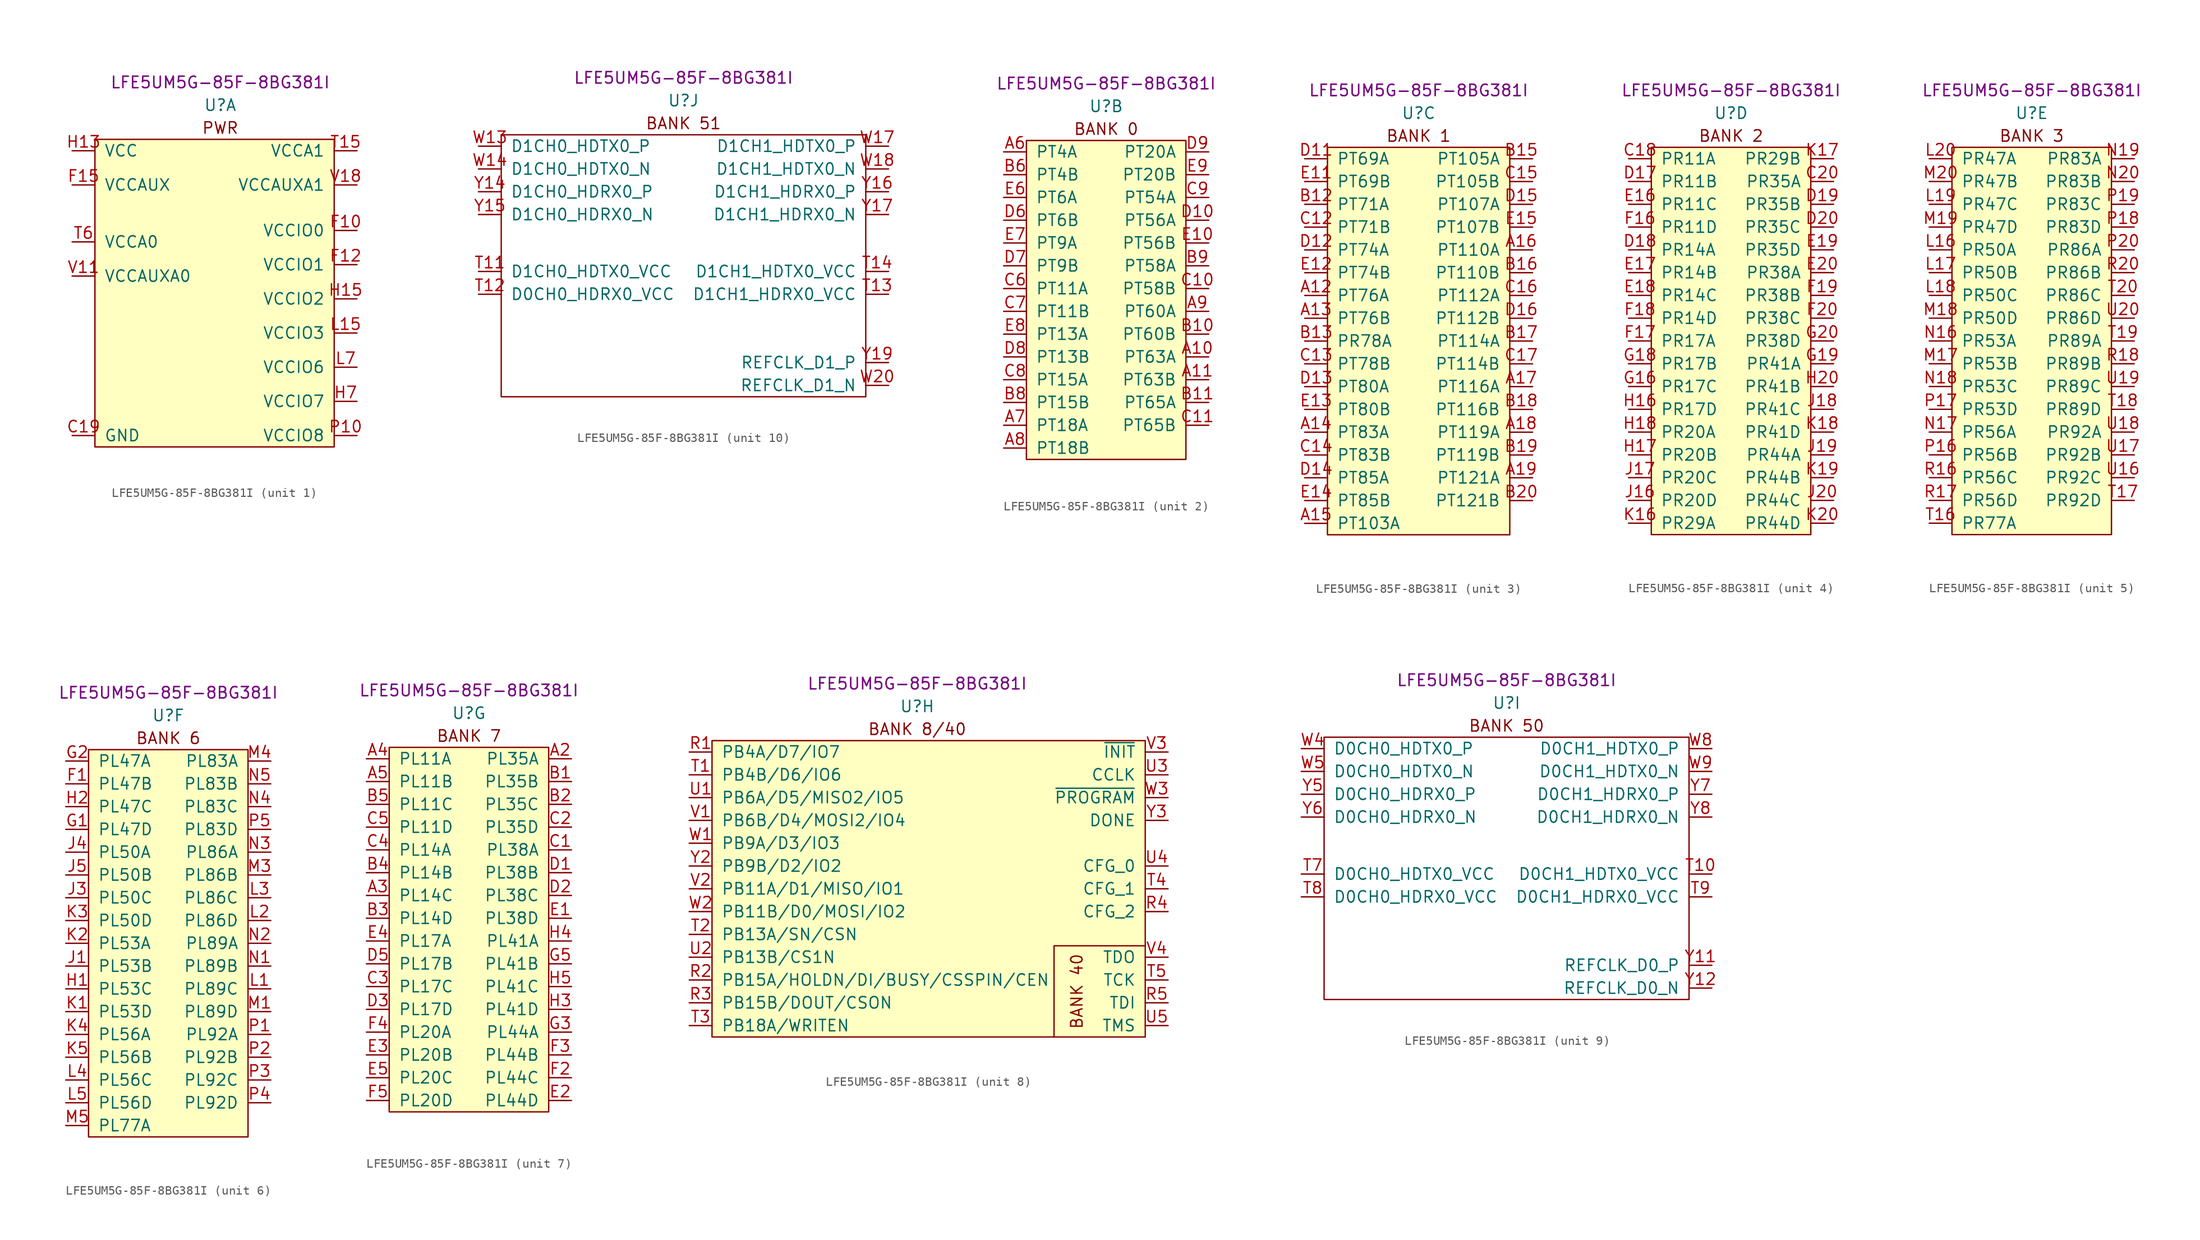
<source format=kicad_sym>
(kicad_symbol_lib
  (version 20201005)
  (generator kicad_symbol_editor)
  (symbol "lethalbit:LFE5UM5G-85F-8BG381I"
    (pin_names
      (offset 1.016))
    (property "Reference" "U"
      (at 0 6.35 0)
      (effects (font (size 1.27 1.27))))
    (property "Value" "LFE5UM5G-85F-8BG381I"
      (at 0 8.89 0)
      (effects (font (size 1.27 1.27))))
    (property "MPN" "LFE5UM5G-85F-8BG381I"
      (at 0 8.89 0)
      (effects (font (size 1.27 1.27))))
    (property "ki_locked" ""
      (at 0 0 0)
      (effects (font (size 1.27 1.27))))
    (symbol "LFE5UM5G-85F-8BG381I_1_0"
      (text "PWR" (at 0 3.81 0) (effects (font (size 1.27 1.27)))))
    (symbol "LFE5UM5G-85F-8BG381I_1_1"
      (rectangle (start -13.97 2.54) (end 12.7 -31.75) (stroke (width 0)) (fill (type background)))
      (pin passive line (at -16.51 -30.48 0) (length 2.54) hide (name "GND" (effects (font (size 1.27 1.27)))) (number "B14" (effects (font (size 1.27 1.27)))))
      (pin passive line (at -16.51 -30.48 0) (length 2.54) hide (name "GND" (effects (font (size 1.27 1.27)))) (number "B7" (effects (font (size 1.27 1.27)))))
      (pin passive line (at -16.51 -30.48 0) (length 2.54) (name "GND" (effects (font (size 1.27 1.27)))) (number "C19" (effects (font (size 1.27 1.27)))))
      (pin passive line (at -16.51 -30.48 0) (length 2.54) hide (name "GND" (effects (font (size 1.27 1.27)))) (number "D4" (effects (font (size 1.27 1.27)))))
      (pin power_in line (at 15.24 -7.62 180) (length 2.54) (name "VCCIO0" (effects (font (size 1.27 1.27)))) (number "F10" (effects (font (size 1.27 1.27)))))
      (pin passive line (at 15.24 -11.43 180) (length 2.54) hide (name "VCCIO1" (effects (font (size 1.27 1.27)))) (number "F11" (effects (font (size 1.27 1.27)))))
      (pin power_in line (at 15.24 -11.43 180) (length 2.54) (name "VCCIO1" (effects (font (size 1.27 1.27)))) (number "F12" (effects (font (size 1.27 1.27)))))
      (pin passive line (at -16.51 -30.48 0) (length 2.54) hide (name "GND" (effects (font (size 1.27 1.27)))) (number "F13" (effects (font (size 1.27 1.27)))))
      (pin passive line (at -16.51 -30.48 0) (length 2.54) hide (name "GND" (effects (font (size 1.27 1.27)))) (number "F14" (effects (font (size 1.27 1.27)))))
      (pin power_in line (at -16.51 -2.54 0) (length 2.54) (name "VCCAUX" (effects (font (size 1.27 1.27)))) (number "F15" (effects (font (size 1.27 1.27)))))
      (pin passive line (at -16.51 -2.54 0) (length 2.54) hide (name "VCCAUX" (effects (font (size 1.27 1.27)))) (number "F6" (effects (font (size 1.27 1.27)))))
      (pin passive line (at -16.51 -30.48 0) (length 2.54) hide (name "GND" (effects (font (size 1.27 1.27)))) (number "F7" (effects (font (size 1.27 1.27)))))
      (pin passive line (at -16.51 -30.48 0) (length 2.54) hide (name "GND" (effects (font (size 1.27 1.27)))) (number "F8" (effects (font (size 1.27 1.27)))))
      (pin passive line (at 15.24 -7.62 180) (length 2.54) hide (name "VCCIO0" (effects (font (size 1.27 1.27)))) (number "F9" (effects (font (size 1.27 1.27)))))
      (pin passive line (at -16.51 -30.48 0) (length 2.54) hide (name "GND" (effects (font (size 1.27 1.27)))) (number "G10" (effects (font (size 1.27 1.27)))))
      (pin passive line (at -16.51 -30.48 0) (length 2.54) hide (name "GND" (effects (font (size 1.27 1.27)))) (number "G11" (effects (font (size 1.27 1.27)))))
      (pin passive line (at -16.51 -30.48 0) (length 2.54) hide (name "GND" (effects (font (size 1.27 1.27)))) (number "G12" (effects (font (size 1.27 1.27)))))
      (pin passive line (at -16.51 -30.48 0) (length 2.54) hide (name "GND" (effects (font (size 1.27 1.27)))) (number "G13" (effects (font (size 1.27 1.27)))))
      (pin passive line (at -16.51 -30.48 0) (length 2.54) hide (name "GND" (effects (font (size 1.27 1.27)))) (number "G14" (effects (font (size 1.27 1.27)))))
      (pin passive line (at -16.51 -30.48 0) (length 2.54) hide (name "GND" (effects (font (size 1.27 1.27)))) (number "G15" (effects (font (size 1.27 1.27)))))
      (pin passive line (at -16.51 -30.48 0) (length 2.54) hide (name "GND" (effects (font (size 1.27 1.27)))) (number "G17" (effects (font (size 1.27 1.27)))))
      (pin passive line (at -16.51 -30.48 0) (length 2.54) hide (name "GND" (effects (font (size 1.27 1.27)))) (number "G4" (effects (font (size 1.27 1.27)))))
      (pin passive line (at -16.51 -30.48 0) (length 2.54) hide (name "GND" (effects (font (size 1.27 1.27)))) (number "G6" (effects (font (size 1.27 1.27)))))
      (pin passive line (at -16.51 -30.48 0) (length 2.54) hide (name "GND" (effects (font (size 1.27 1.27)))) (number "G7" (effects (font (size 1.27 1.27)))))
      (pin passive line (at -16.51 -30.48 0) (length 2.54) hide (name "GND" (effects (font (size 1.27 1.27)))) (number "G8" (effects (font (size 1.27 1.27)))))
      (pin passive line (at -16.51 -30.48 0) (length 2.54) hide (name "GND" (effects (font (size 1.27 1.27)))) (number "G9" (effects (font (size 1.27 1.27)))))
      (pin passive line (at -16.51 1.27 0) (length 2.54) hide (name "VCC" (effects (font (size 1.27 1.27)))) (number "H10" (effects (font (size 1.27 1.27)))))
      (pin passive line (at -16.51 1.27 0) (length 2.54) hide (name "VCC" (effects (font (size 1.27 1.27)))) (number "H11" (effects (font (size 1.27 1.27)))))
      (pin passive line (at -16.51 1.27 0) (length 2.54) hide (name "VCC" (effects (font (size 1.27 1.27)))) (number "H12" (effects (font (size 1.27 1.27)))))
      (pin power_in line (at -16.51 1.27 0) (length 2.54) (name "VCC" (effects (font (size 1.27 1.27)))) (number "H13" (effects (font (size 1.27 1.27)))))
      (pin passive line (at 15.24 -15.24 180) (length 2.54) hide (name "VCCIO2" (effects (font (size 1.27 1.27)))) (number "H14" (effects (font (size 1.27 1.27)))))
      (pin power_in line (at 15.24 -15.24 180) (length 2.54) (name "VCCIO2" (effects (font (size 1.27 1.27)))) (number "H15" (effects (font (size 1.27 1.27)))))
      (pin passive line (at -16.51 -30.48 0) (length 2.54) hide (name "GND" (effects (font (size 1.27 1.27)))) (number "H19" (effects (font (size 1.27 1.27)))))
      (pin passive line (at 15.24 -26.67 180) (length 2.54) hide (name "VCCIO7" (effects (font (size 1.27 1.27)))) (number "H6" (effects (font (size 1.27 1.27)))))
      (pin power_in line (at 15.24 -26.67 180) (length 2.54) (name "VCCIO7" (effects (font (size 1.27 1.27)))) (number "H7" (effects (font (size 1.27 1.27)))))
      (pin passive line (at -16.51 1.27 0) (length 2.54) hide (name "VCC" (effects (font (size 1.27 1.27)))) (number "H8" (effects (font (size 1.27 1.27)))))
      (pin passive line (at -16.51 1.27 0) (length 2.54) hide (name "VCC" (effects (font (size 1.27 1.27)))) (number "H9" (effects (font (size 1.27 1.27)))))
      (pin passive line (at -16.51 -30.48 0) (length 2.54) hide (name "GND" (effects (font (size 1.27 1.27)))) (number "J10" (effects (font (size 1.27 1.27)))))
      (pin passive line (at -16.51 -30.48 0) (length 2.54) hide (name "GND" (effects (font (size 1.27 1.27)))) (number "J11" (effects (font (size 1.27 1.27)))))
      (pin passive line (at -16.51 -30.48 0) (length 2.54) hide (name "GND" (effects (font (size 1.27 1.27)))) (number "J12" (effects (font (size 1.27 1.27)))))
      (pin passive line (at -16.51 1.27 0) (length 2.54) hide (name "VCC" (effects (font (size 1.27 1.27)))) (number "J13" (effects (font (size 1.27 1.27)))))
      (pin passive line (at -16.51 -30.48 0) (length 2.54) hide (name "GND" (effects (font (size 1.27 1.27)))) (number "J14" (effects (font (size 1.27 1.27)))))
      (pin passive line (at 15.24 -15.24 180) (length 2.54) hide (name "VCCIO2" (effects (font (size 1.27 1.27)))) (number "J15" (effects (font (size 1.27 1.27)))))
      (pin passive line (at -16.51 -30.48 0) (length 2.54) hide (name "GND" (effects (font (size 1.27 1.27)))) (number "J2" (effects (font (size 1.27 1.27)))))
      (pin passive line (at 15.24 -26.67 180) (length 2.54) hide (name "VCCIO7" (effects (font (size 1.27 1.27)))) (number "J6" (effects (font (size 1.27 1.27)))))
      (pin passive line (at -16.51 -30.48 0) (length 2.54) hide (name "GND" (effects (font (size 1.27 1.27)))) (number "J7" (effects (font (size 1.27 1.27)))))
      (pin passive line (at -16.51 1.27 0) (length 2.54) hide (name "VCC" (effects (font (size 1.27 1.27)))) (number "J8" (effects (font (size 1.27 1.27)))))
      (pin passive line (at -16.51 -30.48 0) (length 2.54) hide (name "GND" (effects (font (size 1.27 1.27)))) (number "J9" (effects (font (size 1.27 1.27)))))
      (pin passive line (at -16.51 -30.48 0) (length 2.54) hide (name "GND" (effects (font (size 1.27 1.27)))) (number "K10" (effects (font (size 1.27 1.27)))))
      (pin passive line (at -16.51 -30.48 0) (length 2.54) hide (name "GND" (effects (font (size 1.27 1.27)))) (number "K11" (effects (font (size 1.27 1.27)))))
      (pin passive line (at -16.51 -30.48 0) (length 2.54) hide (name "GND" (effects (font (size 1.27 1.27)))) (number "K12" (effects (font (size 1.27 1.27)))))
      (pin passive line (at -16.51 1.27 0) (length 2.54) hide (name "VCC" (effects (font (size 1.27 1.27)))) (number "K13" (effects (font (size 1.27 1.27)))))
      (pin passive line (at -16.51 -30.48 0) (length 2.54) hide (name "GND" (effects (font (size 1.27 1.27)))) (number "K14" (effects (font (size 1.27 1.27)))))
      (pin passive line (at -16.51 -30.48 0) (length 2.54) hide (name "GND" (effects (font (size 1.27 1.27)))) (number "K15" (effects (font (size 1.27 1.27)))))
      (pin passive line (at -16.51 -30.48 0) (length 2.54) hide (name "GND" (effects (font (size 1.27 1.27)))) (number "K6" (effects (font (size 1.27 1.27)))))
      (pin passive line (at -16.51 -30.48 0) (length 2.54) hide (name "GND" (effects (font (size 1.27 1.27)))) (number "K7" (effects (font (size 1.27 1.27)))))
      (pin passive line (at -16.51 1.27 0) (length 2.54) hide (name "VCC" (effects (font (size 1.27 1.27)))) (number "K8" (effects (font (size 1.27 1.27)))))
      (pin passive line (at -16.51 -30.48 0) (length 2.54) hide (name "GND" (effects (font (size 1.27 1.27)))) (number "K9" (effects (font (size 1.27 1.27)))))
      (pin passive line (at -16.51 -30.48 0) (length 2.54) hide (name "GND" (effects (font (size 1.27 1.27)))) (number "L10" (effects (font (size 1.27 1.27)))))
      (pin passive line (at -16.51 -30.48 0) (length 2.54) hide (name "GND" (effects (font (size 1.27 1.27)))) (number "L11" (effects (font (size 1.27 1.27)))))
      (pin passive line (at -16.51 -30.48 0) (length 2.54) hide (name "GND" (effects (font (size 1.27 1.27)))) (number "L12" (effects (font (size 1.27 1.27)))))
      (pin passive line (at -16.51 1.27 0) (length 2.54) hide (name "VCC" (effects (font (size 1.27 1.27)))) (number "L13" (effects (font (size 1.27 1.27)))))
      (pin passive line (at 15.24 -19.05 180) (length 2.54) hide (name "VCCIO3" (effects (font (size 1.27 1.27)))) (number "L14" (effects (font (size 1.27 1.27)))))
      (pin power_in line (at 15.24 -19.05 180) (length 2.54) (name "VCCIO3" (effects (font (size 1.27 1.27)))) (number "L15" (effects (font (size 1.27 1.27)))))
      (pin passive line (at 15.24 -22.86 180) (length 2.54) hide (name "VCCIO6" (effects (font (size 1.27 1.27)))) (number "L6" (effects (font (size 1.27 1.27)))))
      (pin power_in line (at 15.24 -22.86 180) (length 2.54) (name "VCCIO6" (effects (font (size 1.27 1.27)))) (number "L7" (effects (font (size 1.27 1.27)))))
      (pin passive line (at -16.51 1.27 0) (length 2.54) hide (name "VCC" (effects (font (size 1.27 1.27)))) (number "L8" (effects (font (size 1.27 1.27)))))
      (pin passive line (at -16.51 -30.48 0) (length 2.54) hide (name "GND" (effects (font (size 1.27 1.27)))) (number "L9" (effects (font (size 1.27 1.27)))))
      (pin passive line (at -16.51 -30.48 0) (length 2.54) hide (name "GND" (effects (font (size 1.27 1.27)))) (number "M10" (effects (font (size 1.27 1.27)))))
      (pin passive line (at -16.51 -30.48 0) (length 2.54) hide (name "GND" (effects (font (size 1.27 1.27)))) (number "M11" (effects (font (size 1.27 1.27)))))
      (pin passive line (at -16.51 -30.48 0) (length 2.54) hide (name "GND" (effects (font (size 1.27 1.27)))) (number "M12" (effects (font (size 1.27 1.27)))))
      (pin passive line (at -16.51 1.27 0) (length 2.54) hide (name "VCC" (effects (font (size 1.27 1.27)))) (number "M13" (effects (font (size 1.27 1.27)))))
      (pin passive line (at -16.51 -30.48 0) (length 2.54) hide (name "GND" (effects (font (size 1.27 1.27)))) (number "M14" (effects (font (size 1.27 1.27)))))
      (pin passive line (at 15.24 -19.05 180) (length 2.54) hide (name "VCCIO3" (effects (font (size 1.27 1.27)))) (number "M15" (effects (font (size 1.27 1.27)))))
      (pin passive line (at -16.51 -30.48 0) (length 2.54) hide (name "GND" (effects (font (size 1.27 1.27)))) (number "M16" (effects (font (size 1.27 1.27)))))
      (pin passive line (at -16.51 -30.48 0) (length 2.54) hide (name "GND" (effects (font (size 1.27 1.27)))) (number "M2" (effects (font (size 1.27 1.27)))))
      (pin passive line (at 15.24 -22.86 180) (length 2.54) hide (name "VCCIO6" (effects (font (size 1.27 1.27)))) (number "M6" (effects (font (size 1.27 1.27)))))
      (pin passive line (at -16.51 -30.48 0) (length 2.54) hide (name "GND" (effects (font (size 1.27 1.27)))) (number "M7" (effects (font (size 1.27 1.27)))))
      (pin passive line (at -16.51 1.27 0) (length 2.54) hide (name "VCC" (effects (font (size 1.27 1.27)))) (number "M8" (effects (font (size 1.27 1.27)))))
      (pin passive line (at -16.51 -30.48 0) (length 2.54) hide (name "GND" (effects (font (size 1.27 1.27)))) (number "M9" (effects (font (size 1.27 1.27)))))
      (pin passive line (at -16.51 1.27 0) (length 2.54) hide (name "VCC" (effects (font (size 1.27 1.27)))) (number "N10" (effects (font (size 1.27 1.27)))))
      (pin passive line (at -16.51 1.27 0) (length 2.54) hide (name "VCC" (effects (font (size 1.27 1.27)))) (number "N11" (effects (font (size 1.27 1.27)))))
      (pin passive line (at -16.51 1.27 0) (length 2.54) hide (name "VCC" (effects (font (size 1.27 1.27)))) (number "N12" (effects (font (size 1.27 1.27)))))
      (pin passive line (at -16.51 1.27 0) (length 2.54) hide (name "VCC" (effects (font (size 1.27 1.27)))) (number "N13" (effects (font (size 1.27 1.27)))))
      (pin passive line (at -16.51 -30.48 0) (length 2.54) hide (name "GND" (effects (font (size 1.27 1.27)))) (number "N14" (effects (font (size 1.27 1.27)))))
      (pin passive line (at -16.51 -30.48 0) (length 2.54) hide (name "GND" (effects (font (size 1.27 1.27)))) (number "N15" (effects (font (size 1.27 1.27)))))
      (pin passive line (at -16.51 -30.48 0) (length 2.54) hide (name "GND" (effects (font (size 1.27 1.27)))) (number "N6" (effects (font (size 1.27 1.27)))))
      (pin passive line (at -16.51 -30.48 0) (length 2.54) hide (name "GND" (effects (font (size 1.27 1.27)))) (number "N7" (effects (font (size 1.27 1.27)))))
      (pin passive line (at -16.51 1.27 0) (length 2.54) hide (name "VCC" (effects (font (size 1.27 1.27)))) (number "N8" (effects (font (size 1.27 1.27)))))
      (pin passive line (at -16.51 1.27 0) (length 2.54) hide (name "VCC" (effects (font (size 1.27 1.27)))) (number "N9" (effects (font (size 1.27 1.27)))))
      (pin power_in line (at 15.24 -30.48 180) (length 2.54) (name "VCCIO8" (effects (font (size 1.27 1.27)))) (number "P10" (effects (font (size 1.27 1.27)))))
      (pin passive line (at -16.51 -30.48 0) (length 2.54) hide (name "GND" (effects (font (size 1.27 1.27)))) (number "P11" (effects (font (size 1.27 1.27)))))
      (pin passive line (at -16.51 -30.48 0) (length 2.54) hide (name "GND" (effects (font (size 1.27 1.27)))) (number "P12" (effects (font (size 1.27 1.27)))))
      (pin passive line (at -16.51 -30.48 0) (length 2.54) hide (name "GND" (effects (font (size 1.27 1.27)))) (number "P13" (effects (font (size 1.27 1.27)))))
      (pin passive line (at -16.51 -30.48 0) (length 2.54) hide (name "GND" (effects (font (size 1.27 1.27)))) (number "P14" (effects (font (size 1.27 1.27)))))
      (pin passive line (at -16.51 -2.54 0) (length 2.54) hide (name "VCCAUX" (effects (font (size 1.27 1.27)))) (number "P15" (effects (font (size 1.27 1.27)))))
      (pin passive line (at -16.51 -2.54 0) (length 2.54) hide (name "VCCAUX" (effects (font (size 1.27 1.27)))) (number "P6" (effects (font (size 1.27 1.27)))))
      (pin passive line (at -16.51 -30.48 0) (length 2.54) hide (name "GND" (effects (font (size 1.27 1.27)))) (number "P7" (effects (font (size 1.27 1.27)))))
      (pin passive line (at -16.51 -30.48 0) (length 2.54) hide (name "GND" (effects (font (size 1.27 1.27)))) (number "P8" (effects (font (size 1.27 1.27)))))
      (pin passive line (at 15.24 -30.48 180) (length 2.54) hide (name "VCCIO8" (effects (font (size 1.27 1.27)))) (number "P9" (effects (font (size 1.27 1.27)))))
      (pin passive line (at -16.51 -30.48 0) (length 2.54) hide (name "GND" (effects (font (size 1.27 1.27)))) (number "R19" (effects (font (size 1.27 1.27)))))
      (pin power_in line (at 15.24 1.27 180) (length 2.54) (name "VCCA1" (effects (font (size 1.27 1.27)))) (number "T15" (effects (font (size 1.27 1.27)))))
      (pin power_in line (at -16.51 -8.89 0) (length 2.54) (name "VCCA0" (effects (font (size 1.27 1.27)))) (number "T6" (effects (font (size 1.27 1.27)))))
      (pin passive line (at -16.51 -30.48 0) (length 2.54) hide (name "GND" (effects (font (size 1.27 1.27)))) (number "U10" (effects (font (size 1.27 1.27)))))
      (pin passive line (at -16.51 -30.48 0) (length 2.54) hide (name "GND" (effects (font (size 1.27 1.27)))) (number "U11" (effects (font (size 1.27 1.27)))))
      (pin passive line (at -16.51 -30.48 0) (length 2.54) hide (name "GND" (effects (font (size 1.27 1.27)))) (number "U12" (effects (font (size 1.27 1.27)))))
      (pin passive line (at -16.51 -30.48 0) (length 2.54) hide (name "GND" (effects (font (size 1.27 1.27)))) (number "U13" (effects (font (size 1.27 1.27)))))
      (pin passive line (at -16.51 -30.48 0) (length 2.54) hide (name "GND" (effects (font (size 1.27 1.27)))) (number "U14" (effects (font (size 1.27 1.27)))))
      (pin passive line (at 15.24 1.27 180) (length 2.54) hide (name "VCCA1" (effects (font (size 1.27 1.27)))) (number "U15" (effects (font (size 1.27 1.27)))))
      (pin passive line (at -16.51 -8.89 0) (length 2.54) hide (name "VCCA0" (effects (font (size 1.27 1.27)))) (number "U6" (effects (font (size 1.27 1.27)))))
      (pin passive line (at -16.51 -30.48 0) (length 2.54) hide (name "GND" (effects (font (size 1.27 1.27)))) (number "U7" (effects (font (size 1.27 1.27)))))
      (pin passive line (at -16.51 -30.48 0) (length 2.54) hide (name "GND" (effects (font (size 1.27 1.27)))) (number "U8" (effects (font (size 1.27 1.27)))))
      (pin passive line (at -16.51 -30.48 0) (length 2.54) hide (name "GND" (effects (font (size 1.27 1.27)))) (number "U9" (effects (font (size 1.27 1.27)))))
      (pin passive line (at -16.51 -12.7 0) (length 2.54) hide (name "VCCAUXA0" (effects (font (size 1.27 1.27)))) (number "V10" (effects (font (size 1.27 1.27)))))
      (pin power_in line (at -16.51 -12.7 0) (length 2.54) (name "VCCAUXA0" (effects (font (size 1.27 1.27)))) (number "V11" (effects (font (size 1.27 1.27)))))
      (pin passive line (at -16.51 -30.48 0) (length 2.54) hide (name "GND" (effects (font (size 1.27 1.27)))) (number "V12" (effects (font (size 1.27 1.27)))))
      (pin passive line (at -16.51 -30.48 0) (length 2.54) hide (name "GND" (effects (font (size 1.27 1.27)))) (number "V13" (effects (font (size 1.27 1.27)))))
      (pin passive line (at -16.51 -30.48 0) (length 2.54) hide (name "GND" (effects (font (size 1.27 1.27)))) (number "V14" (effects (font (size 1.27 1.27)))))
      (pin passive line (at -16.51 -30.48 0) (length 2.54) hide (name "GND" (effects (font (size 1.27 1.27)))) (number "V15" (effects (font (size 1.27 1.27)))))
      (pin passive line (at -16.51 -30.48 0) (length 2.54) hide (name "GND" (effects (font (size 1.27 1.27)))) (number "V16" (effects (font (size 1.27 1.27)))))
      (pin passive line (at 15.24 -2.54 180) (length 2.54) hide (name "VCCAUXA1" (effects (font (size 1.27 1.27)))) (number "V17" (effects (font (size 1.27 1.27)))))
      (pin power_in line (at 15.24 -2.54 180) (length 2.54) (name "VCCAUXA1" (effects (font (size 1.27 1.27)))) (number "V18" (effects (font (size 1.27 1.27)))))
      (pin passive line (at -16.51 -30.48 0) (length 2.54) hide (name "GND" (effects (font (size 1.27 1.27)))) (number "V19" (effects (font (size 1.27 1.27)))))
      (pin passive line (at -16.51 -30.48 0) (length 2.54) hide (name "GND" (effects (font (size 1.27 1.27)))) (number "V20" (effects (font (size 1.27 1.27)))))
      (pin passive line (at -16.51 -30.48 0) (length 2.54) hide (name "GND" (effects (font (size 1.27 1.27)))) (number "V5" (effects (font (size 1.27 1.27)))))
      (pin passive line (at -16.51 -30.48 0) (length 2.54) hide (name "GND" (effects (font (size 1.27 1.27)))) (number "V6" (effects (font (size 1.27 1.27)))))
      (pin passive line (at -16.51 -30.48 0) (length 2.54) hide (name "GND" (effects (font (size 1.27 1.27)))) (number "V7" (effects (font (size 1.27 1.27)))))
      (pin passive line (at -16.51 -30.48 0) (length 2.54) hide (name "GND" (effects (font (size 1.27 1.27)))) (number "V8" (effects (font (size 1.27 1.27)))))
      (pin passive line (at -16.51 -30.48 0) (length 2.54) hide (name "GND" (effects (font (size 1.27 1.27)))) (number "V9" (effects (font (size 1.27 1.27)))))
      (pin no_connect non_logic (at -16.51 -22.86 0) (length 2.54) hide (name "RESERVED" (effects (font (size 1.27 1.27)))) (number "W10" (effects (font (size 1.27 1.27)))))
      (pin no_connect non_logic (at -16.51 -20.32 0) (length 2.54) hide (name "RESERVED" (effects (font (size 1.27 1.27)))) (number "W11" (effects (font (size 1.27 1.27)))))
      (pin passive line (at -16.51 -30.48 0) (length 2.54) hide (name "GND" (effects (font (size 1.27 1.27)))) (number "W12" (effects (font (size 1.27 1.27)))))
      (pin passive line (at -16.51 -30.48 0) (length 2.54) hide (name "GND" (effects (font (size 1.27 1.27)))) (number "W15" (effects (font (size 1.27 1.27)))))
      (pin passive line (at -16.51 -30.48 0) (length 2.54) hide (name "GND" (effects (font (size 1.27 1.27)))) (number "W16" (effects (font (size 1.27 1.27)))))
      (pin passive line (at -16.51 -30.48 0) (length 2.54) hide (name "GND" (effects (font (size 1.27 1.27)))) (number "W19" (effects (font (size 1.27 1.27)))))
      (pin passive line (at -16.51 -30.48 0) (length 2.54) hide (name "GND" (effects (font (size 1.27 1.27)))) (number "W6" (effects (font (size 1.27 1.27)))))
      (pin passive line (at -16.51 -30.48 0) (length 2.54) hide (name "GND" (effects (font (size 1.27 1.27)))) (number "W7" (effects (font (size 1.27 1.27))))))
    (symbol "LFE5UM5G-85F-8BG381I_2_0"
      (text "BANK 0" (at 0 3.81 0) (effects (font (size 1.27 1.27))))
      (rectangle (start -8.89 2.54) (end 8.89 -33.02) (stroke (width 0)) (fill (type background))))
    (symbol "LFE5UM5G-85F-8BG381I_2_1"
      (pin bidirectional line (at 11.43 -21.59 180) (length 2.54) (name "PT63A" (effects (font (size 1.27 1.27)))) (number "A10" (effects (font (size 1.27 1.27)))))
      (pin bidirectional line (at 11.43 -24.13 180) (length 2.54) (name "PT63B" (effects (font (size 1.27 1.27)))) (number "A11" (effects (font (size 1.27 1.27)))))
      (pin bidirectional line (at -11.43 1.27 0) (length 2.54) (name "PT4A" (effects (font (size 1.27 1.27)))) (number "A6" (effects (font (size 1.27 1.27)))))
      (pin bidirectional line (at -11.43 -29.21 0) (length 2.54) (name "PT18A" (effects (font (size 1.27 1.27)))) (number "A7" (effects (font (size 1.27 1.27)))))
      (pin bidirectional line (at -11.43 -31.75 0) (length 2.54) (name "PT18B" (effects (font (size 1.27 1.27)))) (number "A8" (effects (font (size 1.27 1.27)))))
      (pin bidirectional line (at 11.43 -16.51 180) (length 2.54) (name "PT60A" (effects (font (size 1.27 1.27)))) (number "A9" (effects (font (size 1.27 1.27)))))
      (pin bidirectional line (at 11.43 -19.05 180) (length 2.54) (name "PT60B" (effects (font (size 1.27 1.27)))) (number "B10" (effects (font (size 1.27 1.27)))))
      (pin bidirectional line (at 11.43 -26.67 180) (length 2.54) (name "PT65A" (effects (font (size 1.27 1.27)))) (number "B11" (effects (font (size 1.27 1.27)))))
      (pin bidirectional line (at -11.43 -1.27 0) (length 2.54) (name "PT4B" (effects (font (size 1.27 1.27)))) (number "B6" (effects (font (size 1.27 1.27)))))
      (pin bidirectional line (at -11.43 -26.67 0) (length 2.54) (name "PT15B" (effects (font (size 1.27 1.27)))) (number "B8" (effects (font (size 1.27 1.27)))))
      (pin bidirectional line (at 11.43 -11.43 180) (length 2.54) (name "PT58A" (effects (font (size 1.27 1.27)))) (number "B9" (effects (font (size 1.27 1.27)))))
      (pin bidirectional line (at 11.43 -13.97 180) (length 2.54) (name "PT58B" (effects (font (size 1.27 1.27)))) (number "C10" (effects (font (size 1.27 1.27)))))
      (pin bidirectional line (at 11.43 -29.21 180) (length 2.54) (name "PT65B" (effects (font (size 1.27 1.27)))) (number "C11" (effects (font (size 1.27 1.27)))))
      (pin bidirectional line (at -11.43 -13.97 0) (length 2.54) (name "PT11A" (effects (font (size 1.27 1.27)))) (number "C6" (effects (font (size 1.27 1.27)))))
      (pin bidirectional line (at -11.43 -16.51 0) (length 2.54) (name "PT11B" (effects (font (size 1.27 1.27)))) (number "C7" (effects (font (size 1.27 1.27)))))
      (pin bidirectional line (at -11.43 -24.13 0) (length 2.54) (name "PT15A" (effects (font (size 1.27 1.27)))) (number "C8" (effects (font (size 1.27 1.27)))))
      (pin bidirectional line (at 11.43 -3.81 180) (length 2.54) (name "PT54A" (effects (font (size 1.27 1.27)))) (number "C9" (effects (font (size 1.27 1.27)))))
      (pin bidirectional line (at 11.43 -6.35 180) (length 2.54) (name "PT56A" (effects (font (size 1.27 1.27)))) (number "D10" (effects (font (size 1.27 1.27)))))
      (pin bidirectional line (at -11.43 -6.35 0) (length 2.54) (name "PT6B" (effects (font (size 1.27 1.27)))) (number "D6" (effects (font (size 1.27 1.27)))))
      (pin bidirectional line (at -11.43 -11.43 0) (length 2.54) (name "PT9B" (effects (font (size 1.27 1.27)))) (number "D7" (effects (font (size 1.27 1.27)))))
      (pin bidirectional line (at -11.43 -21.59 0) (length 2.54) (name "PT13B" (effects (font (size 1.27 1.27)))) (number "D8" (effects (font (size 1.27 1.27)))))
      (pin bidirectional line (at 11.43 1.27 180) (length 2.54) (name "PT20A" (effects (font (size 1.27 1.27)))) (number "D9" (effects (font (size 1.27 1.27)))))
      (pin bidirectional line (at 11.43 -8.89 180) (length 2.54) (name "PT56B" (effects (font (size 1.27 1.27)))) (number "E10" (effects (font (size 1.27 1.27)))))
      (pin bidirectional line (at -11.43 -3.81 0) (length 2.54) (name "PT6A" (effects (font (size 1.27 1.27)))) (number "E6" (effects (font (size 1.27 1.27)))))
      (pin bidirectional line (at -11.43 -8.89 0) (length 2.54) (name "PT9A" (effects (font (size 1.27 1.27)))) (number "E7" (effects (font (size 1.27 1.27)))))
      (pin bidirectional line (at -11.43 -19.05 0) (length 2.54) (name "PT13A" (effects (font (size 1.27 1.27)))) (number "E8" (effects (font (size 1.27 1.27)))))
      (pin bidirectional line (at 11.43 -1.27 180) (length 2.54) (name "PT20B" (effects (font (size 1.27 1.27)))) (number "E9" (effects (font (size 1.27 1.27))))))
    (symbol "LFE5UM5G-85F-8BG381I_3_0"
      (text "BANK 1" (at 0 3.81 0) (effects (font (size 1.27 1.27))))
      (rectangle (start -10.16 2.54) (end 10.16 -40.64) (stroke (width 0)) (fill (type background))))
    (symbol "LFE5UM5G-85F-8BG381I_3_1"
      (pin bidirectional line (at -12.7 -13.97 0) (length 2.54) (name "PT76A" (effects (font (size 1.27 1.27)))) (number "A12" (effects (font (size 1.27 1.27)))))
      (pin bidirectional line (at -12.7 -16.51 0) (length 2.54) (name "PT76B" (effects (font (size 1.27 1.27)))) (number "A13" (effects (font (size 1.27 1.27)))))
      (pin bidirectional line (at -12.7 -29.21 0) (length 2.54) (name "PT83A" (effects (font (size 1.27 1.27)))) (number "A14" (effects (font (size 1.27 1.27)))))
      (pin bidirectional line (at -12.7 -39.37 0) (length 2.54) (name "PT103A" (effects (font (size 1.27 1.27)))) (number "A15" (effects (font (size 1.27 1.27)))))
      (pin bidirectional line (at 12.7 -8.89 180) (length 2.54) (name "PT110A" (effects (font (size 1.27 1.27)))) (number "A16" (effects (font (size 1.27 1.27)))))
      (pin bidirectional line (at 12.7 -24.13 180) (length 2.54) (name "PT116A" (effects (font (size 1.27 1.27)))) (number "A17" (effects (font (size 1.27 1.27)))))
      (pin bidirectional line (at 12.7 -29.21 180) (length 2.54) (name "PT119A" (effects (font (size 1.27 1.27)))) (number "A18" (effects (font (size 1.27 1.27)))))
      (pin bidirectional line (at 12.7 -34.29 180) (length 2.54) (name "PT121A" (effects (font (size 1.27 1.27)))) (number "A19" (effects (font (size 1.27 1.27)))))
      (pin bidirectional line (at -12.7 -3.81 0) (length 2.54) (name "PT71A" (effects (font (size 1.27 1.27)))) (number "B12" (effects (font (size 1.27 1.27)))))
      (pin bidirectional line (at -12.7 -19.05 0) (length 2.54) (name "PR78A" (effects (font (size 1.27 1.27)))) (number "B13" (effects (font (size 1.27 1.27)))))
      (pin bidirectional line (at 12.7 1.27 180) (length 2.54) (name "PT105A" (effects (font (size 1.27 1.27)))) (number "B15" (effects (font (size 1.27 1.27)))))
      (pin bidirectional line (at 12.7 -11.43 180) (length 2.54) (name "PT110B" (effects (font (size 1.27 1.27)))) (number "B16" (effects (font (size 1.27 1.27)))))
      (pin bidirectional line (at 12.7 -19.05 180) (length 2.54) (name "PT114A" (effects (font (size 1.27 1.27)))) (number "B17" (effects (font (size 1.27 1.27)))))
      (pin bidirectional line (at 12.7 -26.67 180) (length 2.54) (name "PT116B" (effects (font (size 1.27 1.27)))) (number "B18" (effects (font (size 1.27 1.27)))))
      (pin bidirectional line (at 12.7 -31.75 180) (length 2.54) (name "PT119B" (effects (font (size 1.27 1.27)))) (number "B19" (effects (font (size 1.27 1.27)))))
      (pin bidirectional line (at 12.7 -36.83 180) (length 2.54) (name "PT121B" (effects (font (size 1.27 1.27)))) (number "B20" (effects (font (size 1.27 1.27)))))
      (pin bidirectional line (at -12.7 -6.35 0) (length 2.54) (name "PT71B" (effects (font (size 1.27 1.27)))) (number "C12" (effects (font (size 1.27 1.27)))))
      (pin bidirectional line (at -12.7 -21.59 0) (length 2.54) (name "PT78B" (effects (font (size 1.27 1.27)))) (number "C13" (effects (font (size 1.27 1.27)))))
      (pin bidirectional line (at -12.7 -31.75 0) (length 2.54) (name "PT83B" (effects (font (size 1.27 1.27)))) (number "C14" (effects (font (size 1.27 1.27)))))
      (pin bidirectional line (at 12.7 -1.27 180) (length 2.54) (name "PT105B" (effects (font (size 1.27 1.27)))) (number "C15" (effects (font (size 1.27 1.27)))))
      (pin bidirectional line (at 12.7 -13.97 180) (length 2.54) (name "PT112A" (effects (font (size 1.27 1.27)))) (number "C16" (effects (font (size 1.27 1.27)))))
      (pin bidirectional line (at 12.7 -21.59 180) (length 2.54) (name "PT114B" (effects (font (size 1.27 1.27)))) (number "C17" (effects (font (size 1.27 1.27)))))
      (pin bidirectional line (at -12.7 1.27 0) (length 2.54) (name "PT69A" (effects (font (size 1.27 1.27)))) (number "D11" (effects (font (size 1.27 1.27)))))
      (pin bidirectional line (at -12.7 -8.89 0) (length 2.54) (name "PT74A" (effects (font (size 1.27 1.27)))) (number "D12" (effects (font (size 1.27 1.27)))))
      (pin bidirectional line (at -12.7 -24.13 0) (length 2.54) (name "PT80A" (effects (font (size 1.27 1.27)))) (number "D13" (effects (font (size 1.27 1.27)))))
      (pin bidirectional line (at -12.7 -34.29 0) (length 2.54) (name "PT85A" (effects (font (size 1.27 1.27)))) (number "D14" (effects (font (size 1.27 1.27)))))
      (pin bidirectional line (at 12.7 -3.81 180) (length 2.54) (name "PT107A" (effects (font (size 1.27 1.27)))) (number "D15" (effects (font (size 1.27 1.27)))))
      (pin bidirectional line (at 12.7 -16.51 180) (length 2.54) (name "PT112B" (effects (font (size 1.27 1.27)))) (number "D16" (effects (font (size 1.27 1.27)))))
      (pin bidirectional line (at -12.7 -1.27 0) (length 2.54) (name "PT69B" (effects (font (size 1.27 1.27)))) (number "E11" (effects (font (size 1.27 1.27)))))
      (pin bidirectional line (at -12.7 -11.43 0) (length 2.54) (name "PT74B" (effects (font (size 1.27 1.27)))) (number "E12" (effects (font (size 1.27 1.27)))))
      (pin bidirectional line (at -12.7 -26.67 0) (length 2.54) (name "PT80B" (effects (font (size 1.27 1.27)))) (number "E13" (effects (font (size 1.27 1.27)))))
      (pin bidirectional line (at -12.7 -36.83 0) (length 2.54) (name "PT85B" (effects (font (size 1.27 1.27)))) (number "E14" (effects (font (size 1.27 1.27)))))
      (pin bidirectional line (at 12.7 -6.35 180) (length 2.54) (name "PT107B" (effects (font (size 1.27 1.27)))) (number "E15" (effects (font (size 1.27 1.27))))))
    (symbol "LFE5UM5G-85F-8BG381I_4_0"
      (text "BANK 2" (at 0 3.81 0) (effects (font (size 1.27 1.27))))
      (rectangle (start -8.89 2.54) (end 8.89 -40.64) (stroke (width 0)) (fill (type background))))
    (symbol "LFE5UM5G-85F-8BG381I_4_1"
      (pin bidirectional line (at -11.43 1.27 0) (length 2.54) (name "PR11A" (effects (font (size 1.27 1.27)))) (number "C18" (effects (font (size 1.27 1.27)))))
      (pin bidirectional line (at 11.43 -1.27 180) (length 2.54) (name "PR35A" (effects (font (size 1.27 1.27)))) (number "C20" (effects (font (size 1.27 1.27)))))
      (pin bidirectional line (at -11.43 -1.27 0) (length 2.54) (name "PR11B" (effects (font (size 1.27 1.27)))) (number "D17" (effects (font (size 1.27 1.27)))))
      (pin bidirectional line (at -11.43 -8.89 0) (length 2.54) (name "PR14A" (effects (font (size 1.27 1.27)))) (number "D18" (effects (font (size 1.27 1.27)))))
      (pin bidirectional line (at 11.43 -3.81 180) (length 2.54) (name "PR35B" (effects (font (size 1.27 1.27)))) (number "D19" (effects (font (size 1.27 1.27)))))
      (pin bidirectional line (at 11.43 -6.35 180) (length 2.54) (name "PR35C" (effects (font (size 1.27 1.27)))) (number "D20" (effects (font (size 1.27 1.27)))))
      (pin bidirectional line (at -11.43 -3.81 0) (length 2.54) (name "PR11C" (effects (font (size 1.27 1.27)))) (number "E16" (effects (font (size 1.27 1.27)))))
      (pin bidirectional line (at -11.43 -11.43 0) (length 2.54) (name "PR14B" (effects (font (size 1.27 1.27)))) (number "E17" (effects (font (size 1.27 1.27)))))
      (pin bidirectional line (at -11.43 -13.97 0) (length 2.54) (name "PR14C" (effects (font (size 1.27 1.27)))) (number "E18" (effects (font (size 1.27 1.27)))))
      (pin bidirectional line (at 11.43 -8.89 180) (length 2.54) (name "PR35D" (effects (font (size 1.27 1.27)))) (number "E19" (effects (font (size 1.27 1.27)))))
      (pin bidirectional line (at 11.43 -11.43 180) (length 2.54) (name "PR38A" (effects (font (size 1.27 1.27)))) (number "E20" (effects (font (size 1.27 1.27)))))
      (pin bidirectional line (at -11.43 -6.35 0) (length 2.54) (name "PR11D" (effects (font (size 1.27 1.27)))) (number "F16" (effects (font (size 1.27 1.27)))))
      (pin bidirectional line (at -11.43 -19.05 0) (length 2.54) (name "PR17A" (effects (font (size 1.27 1.27)))) (number "F17" (effects (font (size 1.27 1.27)))))
      (pin bidirectional line (at -11.43 -16.51 0) (length 2.54) (name "PR14D" (effects (font (size 1.27 1.27)))) (number "F18" (effects (font (size 1.27 1.27)))))
      (pin bidirectional line (at 11.43 -13.97 180) (length 2.54) (name "PR38B" (effects (font (size 1.27 1.27)))) (number "F19" (effects (font (size 1.27 1.27)))))
      (pin bidirectional line (at 11.43 -16.51 180) (length 2.54) (name "PR38C" (effects (font (size 1.27 1.27)))) (number "F20" (effects (font (size 1.27 1.27)))))
      (pin bidirectional line (at -11.43 -24.13 0) (length 2.54) (name "PR17C" (effects (font (size 1.27 1.27)))) (number "G16" (effects (font (size 1.27 1.27)))))
      (pin bidirectional line (at -11.43 -21.59 0) (length 2.54) (name "PR17B" (effects (font (size 1.27 1.27)))) (number "G18" (effects (font (size 1.27 1.27)))))
      (pin bidirectional line (at 11.43 -21.59 180) (length 2.54) (name "PR41A" (effects (font (size 1.27 1.27)))) (number "G19" (effects (font (size 1.27 1.27)))))
      (pin bidirectional line (at 11.43 -19.05 180) (length 2.54) (name "PR38D" (effects (font (size 1.27 1.27)))) (number "G20" (effects (font (size 1.27 1.27)))))
      (pin bidirectional line (at -11.43 -26.67 0) (length 2.54) (name "PR17D" (effects (font (size 1.27 1.27)))) (number "H16" (effects (font (size 1.27 1.27)))))
      (pin bidirectional line (at -11.43 -31.75 0) (length 2.54) (name "PR20B" (effects (font (size 1.27 1.27)))) (number "H17" (effects (font (size 1.27 1.27)))))
      (pin bidirectional line (at -11.43 -29.21 0) (length 2.54) (name "PR20A" (effects (font (size 1.27 1.27)))) (number "H18" (effects (font (size 1.27 1.27)))))
      (pin bidirectional line (at 11.43 -24.13 180) (length 2.54) (name "PR41B" (effects (font (size 1.27 1.27)))) (number "H20" (effects (font (size 1.27 1.27)))))
      (pin bidirectional line (at -11.43 -36.83 0) (length 2.54) (name "PR20D" (effects (font (size 1.27 1.27)))) (number "J16" (effects (font (size 1.27 1.27)))))
      (pin bidirectional line (at -11.43 -34.29 0) (length 2.54) (name "PR20C" (effects (font (size 1.27 1.27)))) (number "J17" (effects (font (size 1.27 1.27)))))
      (pin bidirectional line (at 11.43 -26.67 180) (length 2.54) (name "PR41C" (effects (font (size 1.27 1.27)))) (number "J18" (effects (font (size 1.27 1.27)))))
      (pin bidirectional line (at 11.43 -31.75 180) (length 2.54) (name "PR44A" (effects (font (size 1.27 1.27)))) (number "J19" (effects (font (size 1.27 1.27)))))
      (pin bidirectional line (at 11.43 -36.83 180) (length 2.54) (name "PR44C" (effects (font (size 1.27 1.27)))) (number "J20" (effects (font (size 1.27 1.27)))))
      (pin bidirectional line (at -11.43 -39.37 0) (length 2.54) (name "PR29A" (effects (font (size 1.27 1.27)))) (number "K16" (effects (font (size 1.27 1.27)))))
      (pin bidirectional line (at 11.43 1.27 180) (length 2.54) (name "PR29B" (effects (font (size 1.27 1.27)))) (number "K17" (effects (font (size 1.27 1.27)))))
      (pin bidirectional line (at 11.43 -29.21 180) (length 2.54) (name "PR41D" (effects (font (size 1.27 1.27)))) (number "K18" (effects (font (size 1.27 1.27)))))
      (pin bidirectional line (at 11.43 -34.29 180) (length 2.54) (name "PR44B" (effects (font (size 1.27 1.27)))) (number "K19" (effects (font (size 1.27 1.27)))))
      (pin bidirectional line (at 11.43 -39.37 180) (length 2.54) (name "PR44D" (effects (font (size 1.27 1.27)))) (number "K20" (effects (font (size 1.27 1.27))))))
    (symbol "LFE5UM5G-85F-8BG381I_5_0"
      (text "BANK 3" (at 0 3.81 0) (effects (font (size 1.27 1.27))))
      (rectangle (start -8.89 2.54) (end 8.89 -40.64) (stroke (width 0)) (fill (type background))))
    (symbol "LFE5UM5G-85F-8BG381I_5_1"
      (pin bidirectional line (at -11.43 -8.89 0) (length 2.54) (name "PR50A" (effects (font (size 1.27 1.27)))) (number "L16" (effects (font (size 1.27 1.27)))))
      (pin bidirectional line (at -11.43 -11.43 0) (length 2.54) (name "PR50B" (effects (font (size 1.27 1.27)))) (number "L17" (effects (font (size 1.27 1.27)))))
      (pin bidirectional line (at -11.43 -13.97 0) (length 2.54) (name "PR50C" (effects (font (size 1.27 1.27)))) (number "L18" (effects (font (size 1.27 1.27)))))
      (pin bidirectional line (at -11.43 -3.81 0) (length 2.54) (name "PR47C" (effects (font (size 1.27 1.27)))) (number "L19" (effects (font (size 1.27 1.27)))))
      (pin bidirectional line (at -11.43 1.27 0) (length 2.54) (name "PR47A" (effects (font (size 1.27 1.27)))) (number "L20" (effects (font (size 1.27 1.27)))))
      (pin bidirectional line (at -11.43 -21.59 0) (length 2.54) (name "PR53B" (effects (font (size 1.27 1.27)))) (number "M17" (effects (font (size 1.27 1.27)))))
      (pin bidirectional line (at -11.43 -16.51 0) (length 2.54) (name "PR50D" (effects (font (size 1.27 1.27)))) (number "M18" (effects (font (size 1.27 1.27)))))
      (pin bidirectional line (at -11.43 -6.35 0) (length 2.54) (name "PR47D" (effects (font (size 1.27 1.27)))) (number "M19" (effects (font (size 1.27 1.27)))))
      (pin bidirectional line (at -11.43 -1.27 0) (length 2.54) (name "PR47B" (effects (font (size 1.27 1.27)))) (number "M20" (effects (font (size 1.27 1.27)))))
      (pin bidirectional line (at -11.43 -19.05 0) (length 2.54) (name "PR53A" (effects (font (size 1.27 1.27)))) (number "N16" (effects (font (size 1.27 1.27)))))
      (pin bidirectional line (at -11.43 -29.21 0) (length 2.54) (name "PR56A" (effects (font (size 1.27 1.27)))) (number "N17" (effects (font (size 1.27 1.27)))))
      (pin bidirectional line (at -11.43 -24.13 0) (length 2.54) (name "PR53C" (effects (font (size 1.27 1.27)))) (number "N18" (effects (font (size 1.27 1.27)))))
      (pin bidirectional line (at 11.43 1.27 180) (length 2.54) (name "PR83A" (effects (font (size 1.27 1.27)))) (number "N19" (effects (font (size 1.27 1.27)))))
      (pin bidirectional line (at 11.43 -1.27 180) (length 2.54) (name "PR83B" (effects (font (size 1.27 1.27)))) (number "N20" (effects (font (size 1.27 1.27)))))
      (pin bidirectional line (at -11.43 -31.75 0) (length 2.54) (name "PR56B" (effects (font (size 1.27 1.27)))) (number "P16" (effects (font (size 1.27 1.27)))))
      (pin bidirectional line (at -11.43 -26.67 0) (length 2.54) (name "PR53D" (effects (font (size 1.27 1.27)))) (number "P17" (effects (font (size 1.27 1.27)))))
      (pin bidirectional line (at 11.43 -6.35 180) (length 2.54) (name "PR83D" (effects (font (size 1.27 1.27)))) (number "P18" (effects (font (size 1.27 1.27)))))
      (pin bidirectional line (at 11.43 -3.81 180) (length 2.54) (name "PR83C" (effects (font (size 1.27 1.27)))) (number "P19" (effects (font (size 1.27 1.27)))))
      (pin bidirectional line (at 11.43 -8.89 180) (length 2.54) (name "PR86A" (effects (font (size 1.27 1.27)))) (number "P20" (effects (font (size 1.27 1.27)))))
      (pin bidirectional line (at -11.43 -34.29 0) (length 2.54) (name "PR56C" (effects (font (size 1.27 1.27)))) (number "R16" (effects (font (size 1.27 1.27)))))
      (pin bidirectional line (at -11.43 -36.83 0) (length 2.54) (name "PR56D" (effects (font (size 1.27 1.27)))) (number "R17" (effects (font (size 1.27 1.27)))))
      (pin bidirectional line (at 11.43 -21.59 180) (length 2.54) (name "PR89B" (effects (font (size 1.27 1.27)))) (number "R18" (effects (font (size 1.27 1.27)))))
      (pin bidirectional line (at 11.43 -11.43 180) (length 2.54) (name "PR86B" (effects (font (size 1.27 1.27)))) (number "R20" (effects (font (size 1.27 1.27)))))
      (pin bidirectional line (at -11.43 -39.37 0) (length 2.54) (name "PR77A" (effects (font (size 1.27 1.27)))) (number "T16" (effects (font (size 1.27 1.27)))))
      (pin bidirectional line (at 11.43 -36.83 180) (length 2.54) (name "PR92D" (effects (font (size 1.27 1.27)))) (number "T17" (effects (font (size 1.27 1.27)))))
      (pin bidirectional line (at 11.43 -26.67 180) (length 2.54) (name "PR89D" (effects (font (size 1.27 1.27)))) (number "T18" (effects (font (size 1.27 1.27)))))
      (pin bidirectional line (at 11.43 -19.05 180) (length 2.54) (name "PR89A" (effects (font (size 1.27 1.27)))) (number "T19" (effects (font (size 1.27 1.27)))))
      (pin bidirectional line (at 11.43 -13.97 180) (length 2.54) (name "PR86C" (effects (font (size 1.27 1.27)))) (number "T20" (effects (font (size 1.27 1.27)))))
      (pin bidirectional line (at 11.43 -34.29 180) (length 2.54) (name "PR92C" (effects (font (size 1.27 1.27)))) (number "U16" (effects (font (size 1.27 1.27)))))
      (pin bidirectional line (at 11.43 -31.75 180) (length 2.54) (name "PR92B" (effects (font (size 1.27 1.27)))) (number "U17" (effects (font (size 1.27 1.27)))))
      (pin bidirectional line (at 11.43 -29.21 180) (length 2.54) (name "PR92A" (effects (font (size 1.27 1.27)))) (number "U18" (effects (font (size 1.27 1.27)))))
      (pin bidirectional line (at 11.43 -24.13 180) (length 2.54) (name "PR89C" (effects (font (size 1.27 1.27)))) (number "U19" (effects (font (size 1.27 1.27)))))
      (pin bidirectional line (at 11.43 -16.51 180) (length 2.54) (name "PR86D" (effects (font (size 1.27 1.27)))) (number "U20" (effects (font (size 1.27 1.27))))))
    (symbol "LFE5UM5G-85F-8BG381I_6_1"
      (text "BANK 6" (at 0 3.81 0) (effects (font (size 1.27 1.27))))
      (rectangle (start -8.89 2.54) (end 8.89 -40.64) (stroke (width 0)) (fill (type background)))
      (pin bidirectional line (at -11.43 -1.27 0) (length 2.54) (name "PL47B" (effects (font (size 1.27 1.27)))) (number "F1" (effects (font (size 1.27 1.27)))))
      (pin bidirectional line (at -11.43 -6.35 0) (length 2.54) (name "PL47D" (effects (font (size 1.27 1.27)))) (number "G1" (effects (font (size 1.27 1.27)))))
      (pin bidirectional line (at -11.43 1.27 0) (length 2.54) (name "PL47A" (effects (font (size 1.27 1.27)))) (number "G2" (effects (font (size 1.27 1.27)))))
      (pin bidirectional line (at -11.43 -24.13 0) (length 2.54) (name "PL53C" (effects (font (size 1.27 1.27)))) (number "H1" (effects (font (size 1.27 1.27)))))
      (pin bidirectional line (at -11.43 -3.81 0) (length 2.54) (name "PL47C" (effects (font (size 1.27 1.27)))) (number "H2" (effects (font (size 1.27 1.27)))))
      (pin bidirectional line (at -11.43 -21.59 0) (length 2.54) (name "PL53B" (effects (font (size 1.27 1.27)))) (number "J1" (effects (font (size 1.27 1.27)))))
      (pin bidirectional line (at -11.43 -13.97 0) (length 2.54) (name "PL50C" (effects (font (size 1.27 1.27)))) (number "J3" (effects (font (size 1.27 1.27)))))
      (pin bidirectional line (at -11.43 -8.89 0) (length 2.54) (name "PL50A" (effects (font (size 1.27 1.27)))) (number "J4" (effects (font (size 1.27 1.27)))))
      (pin bidirectional line (at -11.43 -11.43 0) (length 2.54) (name "PL50B" (effects (font (size 1.27 1.27)))) (number "J5" (effects (font (size 1.27 1.27)))))
      (pin bidirectional line (at -11.43 -26.67 0) (length 2.54) (name "PL53D" (effects (font (size 1.27 1.27)))) (number "K1" (effects (font (size 1.27 1.27)))))
      (pin bidirectional line (at -11.43 -19.05 0) (length 2.54) (name "PL53A" (effects (font (size 1.27 1.27)))) (number "K2" (effects (font (size 1.27 1.27)))))
      (pin bidirectional line (at -11.43 -16.51 0) (length 2.54) (name "PL50D" (effects (font (size 1.27 1.27)))) (number "K3" (effects (font (size 1.27 1.27)))))
      (pin bidirectional line (at -11.43 -29.21 0) (length 2.54) (name "PL56A" (effects (font (size 1.27 1.27)))) (number "K4" (effects (font (size 1.27 1.27)))))
      (pin bidirectional line (at -11.43 -31.75 0) (length 2.54) (name "PL56B" (effects (font (size 1.27 1.27)))) (number "K5" (effects (font (size 1.27 1.27)))))
      (pin bidirectional line (at 11.43 -24.13 180) (length 2.54) (name "PL89C" (effects (font (size 1.27 1.27)))) (number "L1" (effects (font (size 1.27 1.27)))))
      (pin bidirectional line (at 11.43 -16.51 180) (length 2.54) (name "PL86D" (effects (font (size 1.27 1.27)))) (number "L2" (effects (font (size 1.27 1.27)))))
      (pin bidirectional line (at 11.43 -13.97 180) (length 2.54) (name "PL86C" (effects (font (size 1.27 1.27)))) (number "L3" (effects (font (size 1.27 1.27)))))
      (pin bidirectional line (at -11.43 -34.29 0) (length 2.54) (name "PL56C" (effects (font (size 1.27 1.27)))) (number "L4" (effects (font (size 1.27 1.27)))))
      (pin bidirectional line (at -11.43 -36.83 0) (length 2.54) (name "PL56D" (effects (font (size 1.27 1.27)))) (number "L5" (effects (font (size 1.27 1.27)))))
      (pin bidirectional line (at 11.43 -26.67 180) (length 2.54) (name "PL89D" (effects (font (size 1.27 1.27)))) (number "M1" (effects (font (size 1.27 1.27)))))
      (pin bidirectional line (at 11.43 -11.43 180) (length 2.54) (name "PL86B" (effects (font (size 1.27 1.27)))) (number "M3" (effects (font (size 1.27 1.27)))))
      (pin bidirectional line (at 11.43 1.27 180) (length 2.54) (name "PL83A" (effects (font (size 1.27 1.27)))) (number "M4" (effects (font (size 1.27 1.27)))))
      (pin bidirectional line (at -11.43 -39.37 0) (length 2.54) (name "PL77A" (effects (font (size 1.27 1.27)))) (number "M5" (effects (font (size 1.27 1.27)))))
      (pin bidirectional line (at 11.43 -21.59 180) (length 2.54) (name "PL89B" (effects (font (size 1.27 1.27)))) (number "N1" (effects (font (size 1.27 1.27)))))
      (pin bidirectional line (at 11.43 -19.05 180) (length 2.54) (name "PL89A" (effects (font (size 1.27 1.27)))) (number "N2" (effects (font (size 1.27 1.27)))))
      (pin bidirectional line (at 11.43 -8.89 180) (length 2.54) (name "PL86A" (effects (font (size 1.27 1.27)))) (number "N3" (effects (font (size 1.27 1.27)))))
      (pin bidirectional line (at 11.43 -3.81 180) (length 2.54) (name "PL83C" (effects (font (size 1.27 1.27)))) (number "N4" (effects (font (size 1.27 1.27)))))
      (pin bidirectional line (at 11.43 -1.27 180) (length 2.54) (name "PL83B" (effects (font (size 1.27 1.27)))) (number "N5" (effects (font (size 1.27 1.27)))))
      (pin bidirectional line (at 11.43 -29.21 180) (length 2.54) (name "PL92A" (effects (font (size 1.27 1.27)))) (number "P1" (effects (font (size 1.27 1.27)))))
      (pin bidirectional line (at 11.43 -31.75 180) (length 2.54) (name "PL92B" (effects (font (size 1.27 1.27)))) (number "P2" (effects (font (size 1.27 1.27)))))
      (pin bidirectional line (at 11.43 -34.29 180) (length 2.54) (name "PL92C" (effects (font (size 1.27 1.27)))) (number "P3" (effects (font (size 1.27 1.27)))))
      (pin bidirectional line (at 11.43 -36.83 180) (length 2.54) (name "PL92D" (effects (font (size 1.27 1.27)))) (number "P4" (effects (font (size 1.27 1.27)))))
      (pin bidirectional line (at 11.43 -6.35 180) (length 2.54) (name "PL83D" (effects (font (size 1.27 1.27)))) (number "P5" (effects (font (size 1.27 1.27))))))
    (symbol "LFE5UM5G-85F-8BG381I_7_0"
      (text "BANK 7" (at 0 3.81 0) (effects (font (size 1.27 1.27))))
      (rectangle (start -8.89 2.54) (end 8.89 -38.1) (stroke (width 0)) (fill (type background))))
    (symbol "LFE5UM5G-85F-8BG381I_7_1"
      (pin bidirectional line (at 11.43 1.27 180) (length 2.54) (name "PL35A" (effects (font (size 1.27 1.27)))) (number "A2" (effects (font (size 1.27 1.27)))))
      (pin bidirectional line (at -11.43 -13.97 0) (length 2.54) (name "PL14C" (effects (font (size 1.27 1.27)))) (number "A3" (effects (font (size 1.27 1.27)))))
      (pin bidirectional line (at -11.43 1.27 0) (length 2.54) (name "PL11A" (effects (font (size 1.27 1.27)))) (number "A4" (effects (font (size 1.27 1.27)))))
      (pin bidirectional line (at -11.43 -1.27 0) (length 2.54) (name "PL11B" (effects (font (size 1.27 1.27)))) (number "A5" (effects (font (size 1.27 1.27)))))
      (pin bidirectional line (at 11.43 -1.27 180) (length 2.54) (name "PL35B" (effects (font (size 1.27 1.27)))) (number "B1" (effects (font (size 1.27 1.27)))))
      (pin bidirectional line (at 11.43 -3.81 180) (length 2.54) (name "PL35C" (effects (font (size 1.27 1.27)))) (number "B2" (effects (font (size 1.27 1.27)))))
      (pin bidirectional line (at -11.43 -16.51 0) (length 2.54) (name "PL14D" (effects (font (size 1.27 1.27)))) (number "B3" (effects (font (size 1.27 1.27)))))
      (pin bidirectional line (at -11.43 -11.43 0) (length 2.54) (name "PL14B" (effects (font (size 1.27 1.27)))) (number "B4" (effects (font (size 1.27 1.27)))))
      (pin bidirectional line (at -11.43 -3.81 0) (length 2.54) (name "PL11C" (effects (font (size 1.27 1.27)))) (number "B5" (effects (font (size 1.27 1.27)))))
      (pin bidirectional line (at 11.43 -8.89 180) (length 2.54) (name "PL38A" (effects (font (size 1.27 1.27)))) (number "C1" (effects (font (size 1.27 1.27)))))
      (pin bidirectional line (at 11.43 -6.35 180) (length 2.54) (name "PL35D" (effects (font (size 1.27 1.27)))) (number "C2" (effects (font (size 1.27 1.27)))))
      (pin bidirectional line (at -11.43 -24.13 0) (length 2.54) (name "PL17C" (effects (font (size 1.27 1.27)))) (number "C3" (effects (font (size 1.27 1.27)))))
      (pin bidirectional line (at -11.43 -8.89 0) (length 2.54) (name "PL14A" (effects (font (size 1.27 1.27)))) (number "C4" (effects (font (size 1.27 1.27)))))
      (pin bidirectional line (at -11.43 -6.35 0) (length 2.54) (name "PL11D" (effects (font (size 1.27 1.27)))) (number "C5" (effects (font (size 1.27 1.27)))))
      (pin bidirectional line (at 11.43 -11.43 180) (length 2.54) (name "PL38B" (effects (font (size 1.27 1.27)))) (number "D1" (effects (font (size 1.27 1.27)))))
      (pin bidirectional line (at 11.43 -13.97 180) (length 2.54) (name "PL38C" (effects (font (size 1.27 1.27)))) (number "D2" (effects (font (size 1.27 1.27)))))
      (pin bidirectional line (at -11.43 -26.67 0) (length 2.54) (name "PL17D" (effects (font (size 1.27 1.27)))) (number "D3" (effects (font (size 1.27 1.27)))))
      (pin bidirectional line (at -11.43 -21.59 0) (length 2.54) (name "PL17B" (effects (font (size 1.27 1.27)))) (number "D5" (effects (font (size 1.27 1.27)))))
      (pin bidirectional line (at 11.43 -16.51 180) (length 2.54) (name "PL38D" (effects (font (size 1.27 1.27)))) (number "E1" (effects (font (size 1.27 1.27)))))
      (pin bidirectional line (at 11.43 -36.83 180) (length 2.54) (name "PL44D" (effects (font (size 1.27 1.27)))) (number "E2" (effects (font (size 1.27 1.27)))))
      (pin bidirectional line (at -11.43 -31.75 0) (length 2.54) (name "PL20B" (effects (font (size 1.27 1.27)))) (number "E3" (effects (font (size 1.27 1.27)))))
      (pin bidirectional line (at -11.43 -19.05 0) (length 2.54) (name "PL17A" (effects (font (size 1.27 1.27)))) (number "E4" (effects (font (size 1.27 1.27)))))
      (pin bidirectional line (at -11.43 -34.29 0) (length 2.54) (name "PL20C" (effects (font (size 1.27 1.27)))) (number "E5" (effects (font (size 1.27 1.27)))))
      (pin bidirectional line (at 11.43 -34.29 180) (length 2.54) (name "PL44C" (effects (font (size 1.27 1.27)))) (number "F2" (effects (font (size 1.27 1.27)))))
      (pin bidirectional line (at 11.43 -31.75 180) (length 2.54) (name "PL44B" (effects (font (size 1.27 1.27)))) (number "F3" (effects (font (size 1.27 1.27)))))
      (pin bidirectional line (at -11.43 -29.21 0) (length 2.54) (name "PL20A" (effects (font (size 1.27 1.27)))) (number "F4" (effects (font (size 1.27 1.27)))))
      (pin bidirectional line (at -11.43 -36.83 0) (length 2.54) (name "PL20D" (effects (font (size 1.27 1.27)))) (number "F5" (effects (font (size 1.27 1.27)))))
      (pin bidirectional line (at 11.43 -29.21 180) (length 2.54) (name "PL44A" (effects (font (size 1.27 1.27)))) (number "G3" (effects (font (size 1.27 1.27)))))
      (pin bidirectional line (at 11.43 -21.59 180) (length 2.54) (name "PL41B" (effects (font (size 1.27 1.27)))) (number "G5" (effects (font (size 1.27 1.27)))))
      (pin bidirectional line (at 11.43 -26.67 180) (length 2.54) (name "PL41D" (effects (font (size 1.27 1.27)))) (number "H3" (effects (font (size 1.27 1.27)))))
      (pin bidirectional line (at 11.43 -19.05 180) (length 2.54) (name "PL41A" (effects (font (size 1.27 1.27)))) (number "H4" (effects (font (size 1.27 1.27)))))
      (pin bidirectional line (at 11.43 -24.13 180) (length 2.54) (name "PL41C" (effects (font (size 1.27 1.27)))) (number "H5" (effects (font (size 1.27 1.27))))))
    (symbol "LFE5UM5G-85F-8BG381I_8_0"
      (text "BANK 40" (at 17.78 -25.4 900) (effects (font (size 1.27 1.27))))
      (text "BANK 8/40" (at 0 3.81 0) (effects (font (size 1.27 1.27))))
      (rectangle (start -22.86 2.54) (end 25.4 -30.48) (stroke (width 0)) (fill (type background)))
      (polyline (pts (xy 25.4 -20.32) (xy 15.24 -20.32) (xy 15.24 -30.48)) (stroke (width 0)) (fill (type none))))
    (symbol "LFE5UM5G-85F-8BG381I_8_1"
      (pin bidirectional line (at -25.4 1.27 0) (length 2.54) (name "PB4A/D7/IO7" (effects (font (size 1.27 1.27)))) (number "R1" (effects (font (size 1.27 1.27)))))
      (pin bidirectional line (at -25.4 -24.13 0) (length 2.54) (name "PB15A/HOLDN/DI/BUSY/CSSPIN/CEN" (effects (font (size 1.27 1.27)))) (number "R2" (effects (font (size 1.27 1.27)))))
      (pin bidirectional line (at -25.4 -26.67 0) (length 2.54) (name "PB15B/DOUT/CSON" (effects (font (size 1.27 1.27)))) (number "R3" (effects (font (size 1.27 1.27)))))
      (pin bidirectional line (at 27.94 -16.51 180) (length 2.54) (name "CFG_2" (effects (font (size 1.27 1.27)))) (number "R4" (effects (font (size 1.27 1.27)))))
      (pin bidirectional line (at 27.94 -26.67 180) (length 2.54) (name "TDI" (effects (font (size 1.27 1.27)))) (number "R5" (effects (font (size 1.27 1.27)))))
      (pin bidirectional line (at -25.4 -1.27 0) (length 2.54) (name "PB4B/D6/IO6" (effects (font (size 1.27 1.27)))) (number "T1" (effects (font (size 1.27 1.27)))))
      (pin bidirectional line (at -25.4 -19.05 0) (length 2.54) (name "PB13A/SN/CSN" (effects (font (size 1.27 1.27)))) (number "T2" (effects (font (size 1.27 1.27)))))
      (pin bidirectional line (at -25.4 -29.21 0) (length 2.54) (name "PB18A/WRITEN" (effects (font (size 1.27 1.27)))) (number "T3" (effects (font (size 1.27 1.27)))))
      (pin bidirectional line (at 27.94 -13.97 180) (length 2.54) (name "CFG_1" (effects (font (size 1.27 1.27)))) (number "T4" (effects (font (size 1.27 1.27)))))
      (pin bidirectional line (at 27.94 -24.13 180) (length 2.54) (name "TCK" (effects (font (size 1.27 1.27)))) (number "T5" (effects (font (size 1.27 1.27)))))
      (pin bidirectional line (at -25.4 -3.81 0) (length 2.54) (name "PB6A/D5/MISO2/IO5" (effects (font (size 1.27 1.27)))) (number "U1" (effects (font (size 1.27 1.27)))))
      (pin bidirectional line (at -25.4 -21.59 0) (length 2.54) (name "PB13B/CS1N" (effects (font (size 1.27 1.27)))) (number "U2" (effects (font (size 1.27 1.27)))))
      (pin bidirectional line (at 27.94 -1.27 180) (length 2.54) (name "CCLK" (effects (font (size 1.27 1.27)))) (number "U3" (effects (font (size 1.27 1.27)))))
      (pin bidirectional line (at 27.94 -11.43 180) (length 2.54) (name "CFG_0" (effects (font (size 1.27 1.27)))) (number "U4" (effects (font (size 1.27 1.27)))))
      (pin bidirectional line (at 27.94 -29.21 180) (length 2.54) (name "TMS" (effects (font (size 1.27 1.27)))) (number "U5" (effects (font (size 1.27 1.27)))))
      (pin bidirectional line (at -25.4 -6.35 0) (length 2.54) (name "PB6B/D4/MOSI2/IO4" (effects (font (size 1.27 1.27)))) (number "V1" (effects (font (size 1.27 1.27)))))
      (pin bidirectional line (at -25.4 -13.97 0) (length 2.54) (name "PB11A/D1/MISO/IO1" (effects (font (size 1.27 1.27)))) (number "V2" (effects (font (size 1.27 1.27)))))
      (pin bidirectional line (at 27.94 1.27 180) (length 2.54) (name "~INIT" (effects (font (size 1.27 1.27)))) (number "V3" (effects (font (size 1.27 1.27)))))
      (pin bidirectional line (at 27.94 -21.59 180) (length 2.54) (name "TDO" (effects (font (size 1.27 1.27)))) (number "V4" (effects (font (size 1.27 1.27)))))
      (pin bidirectional line (at -25.4 -8.89 0) (length 2.54) (name "PB9A/D3/IO3" (effects (font (size 1.27 1.27)))) (number "W1" (effects (font (size 1.27 1.27)))))
      (pin bidirectional line (at -25.4 -16.51 0) (length 2.54) (name "PB11B/D0/MOSI/IO2" (effects (font (size 1.27 1.27)))) (number "W2" (effects (font (size 1.27 1.27)))))
      (pin bidirectional line (at 27.94 -3.81 180) (length 2.54) (name "~PROGRAM" (effects (font (size 1.27 1.27)))) (number "W3" (effects (font (size 1.27 1.27)))))
      (pin bidirectional line (at -25.4 -11.43 0) (length 2.54) (name "PB9B/D2/IO2" (effects (font (size 1.27 1.27)))) (number "Y2" (effects (font (size 1.27 1.27)))))
      (pin bidirectional line (at 27.94 -6.35 180) (length 2.54) (name "DONE" (effects (font (size 1.27 1.27)))) (number "Y3" (effects (font (size 1.27 1.27))))))
    (symbol "LFE5UM5G-85F-8BG381I_9_0"
      (text "BANK 50" (at 0 3.81 0) (effects (font (size 1.27 1.27))))
      (rectangle (start -20.32 2.54) (end 20.32 -26.67) (stroke (width 0)) (fill (type none))))
    (symbol "LFE5UM5G-85F-8BG381I_9_1"
      (pin bidirectional line (at 22.86 -12.7 180) (length 2.54) (name "D0CH1_HDTX0_VCC" (effects (font (size 1.27 1.27)))) (number "T10" (effects (font (size 1.27 1.27)))))
      (pin bidirectional line (at -22.86 -12.7 0) (length 2.54) (name "D0CH0_HDTX0_VCC" (effects (font (size 1.27 1.27)))) (number "T7" (effects (font (size 1.27 1.27)))))
      (pin bidirectional line (at -22.86 -15.24 0) (length 2.54) (name "D0CH0_HDRX0_VCC" (effects (font (size 1.27 1.27)))) (number "T8" (effects (font (size 1.27 1.27)))))
      (pin bidirectional line (at 22.86 -15.24 180) (length 2.54) (name "D0CH1_HDRX0_VCC" (effects (font (size 1.27 1.27)))) (number "T9" (effects (font (size 1.27 1.27)))))
      (pin bidirectional line (at -22.86 1.27 0) (length 2.54) (name "D0CH0_HDTX0_P" (effects (font (size 1.27 1.27)))) (number "W4" (effects (font (size 1.27 1.27)))))
      (pin bidirectional line (at -22.86 -1.27 0) (length 2.54) (name "D0CH0_HDTX0_N" (effects (font (size 1.27 1.27)))) (number "W5" (effects (font (size 1.27 1.27)))))
      (pin bidirectional line (at 22.86 1.27 180) (length 2.54) (name "D0CH1_HDTX0_P" (effects (font (size 1.27 1.27)))) (number "W8" (effects (font (size 1.27 1.27)))))
      (pin bidirectional line (at 22.86 -1.27 180) (length 2.54) (name "D0CH1_HDTX0_N" (effects (font (size 1.27 1.27)))) (number "W9" (effects (font (size 1.27 1.27)))))
      (pin bidirectional line (at 22.86 -22.86 180) (length 2.54) (name "REFCLK_D0_P" (effects (font (size 1.27 1.27)))) (number "Y11" (effects (font (size 1.27 1.27)))))
      (pin bidirectional line (at 22.86 -25.4 180) (length 2.54) (name "REFCLK_D0_N" (effects (font (size 1.27 1.27)))) (number "Y12" (effects (font (size 1.27 1.27)))))
      (pin bidirectional line (at -22.86 -3.81 0) (length 2.54) (name "D0CH0_HDRX0_P" (effects (font (size 1.27 1.27)))) (number "Y5" (effects (font (size 1.27 1.27)))))
      (pin bidirectional line (at -22.86 -6.35 0) (length 2.54) (name "D0CH0_HDRX0_N" (effects (font (size 1.27 1.27)))) (number "Y6" (effects (font (size 1.27 1.27)))))
      (pin bidirectional line (at 22.86 -3.81 180) (length 2.54) (name "D0CH1_HDRX0_P" (effects (font (size 1.27 1.27)))) (number "Y7" (effects (font (size 1.27 1.27)))))
      (pin bidirectional line (at 22.86 -6.35 180) (length 2.54) (name "D0CH1_HDRX0_N" (effects (font (size 1.27 1.27)))) (number "Y8" (effects (font (size 1.27 1.27))))))
    (symbol "LFE5UM5G-85F-8BG381I_10_1"
      (text "BANK 51" (at 0 3.81 0) (effects (font (size 1.27 1.27))))
      (rectangle (start -20.32 2.54) (end 20.32 -26.67) (stroke (width 0)) (fill (type none)))
      (pin bidirectional line (at -22.86 -12.7 0) (length 2.54) (name "D1CH0_HDTX0_VCC" (effects (font (size 1.27 1.27)))) (number "T11" (effects (font (size 1.27 1.27)))))
      (pin bidirectional line (at -22.86 -15.24 0) (length 2.54) (name "D0CH0_HDRX0_VCC" (effects (font (size 1.27 1.27)))) (number "T12" (effects (font (size 1.27 1.27)))))
      (pin bidirectional line (at 22.86 -15.24 180) (length 2.54) (name "D1CH1_HDRX0_VCC" (effects (font (size 1.27 1.27)))) (number "T13" (effects (font (size 1.27 1.27)))))
      (pin bidirectional line (at 22.86 -12.7 180) (length 2.54) (name "D1CH1_HDTX0_VCC" (effects (font (size 1.27 1.27)))) (number "T14" (effects (font (size 1.27 1.27)))))
      (pin bidirectional line (at -22.86 1.27 0) (length 2.54) (name "D1CH0_HDTX0_P" (effects (font (size 1.27 1.27)))) (number "W13" (effects (font (size 1.27 1.27)))))
      (pin bidirectional line (at -22.86 -1.27 0) (length 2.54) (name "D1CH0_HDTX0_N" (effects (font (size 1.27 1.27)))) (number "W14" (effects (font (size 1.27 1.27)))))
      (pin bidirectional line (at 22.86 1.27 180) (length 2.54) (name "D1CH1_HDTX0_P" (effects (font (size 1.27 1.27)))) (number "W17" (effects (font (size 1.27 1.27)))))
      (pin bidirectional line (at 22.86 -1.27 180) (length 2.54) (name "D1CH1_HDTX0_N" (effects (font (size 1.27 1.27)))) (number "W18" (effects (font (size 1.27 1.27)))))
      (pin bidirectional line (at 22.86 -25.4 180) (length 2.54) (name "REFCLK_D1_N" (effects (font (size 1.27 1.27)))) (number "W20" (effects (font (size 1.27 1.27)))))
      (pin bidirectional line (at -22.86 -3.81 0) (length 2.54) (name "D1CH0_HDRX0_P" (effects (font (size 1.27 1.27)))) (number "Y14" (effects (font (size 1.27 1.27)))))
      (pin bidirectional line (at -22.86 -6.35 0) (length 2.54) (name "D1CH0_HDRX0_N" (effects (font (size 1.27 1.27)))) (number "Y15" (effects (font (size 1.27 1.27)))))
      (pin bidirectional line (at 22.86 -3.81 180) (length 2.54) (name "D1CH1_HDRX0_P" (effects (font (size 1.27 1.27)))) (number "Y16" (effects (font (size 1.27 1.27)))))
      (pin bidirectional line (at 22.86 -6.35 180) (length 2.54) (name "D1CH1_HDRX0_N" (effects (font (size 1.27 1.27)))) (number "Y17" (effects (font (size 1.27 1.27)))))
      (pin bidirectional line (at 22.86 -22.86 180) (length 2.54) (name "REFCLK_D1_P" (effects (font (size 1.27 1.27)))) (number "Y19" (effects (font (size 1.27 1.27))))))))
</source>
